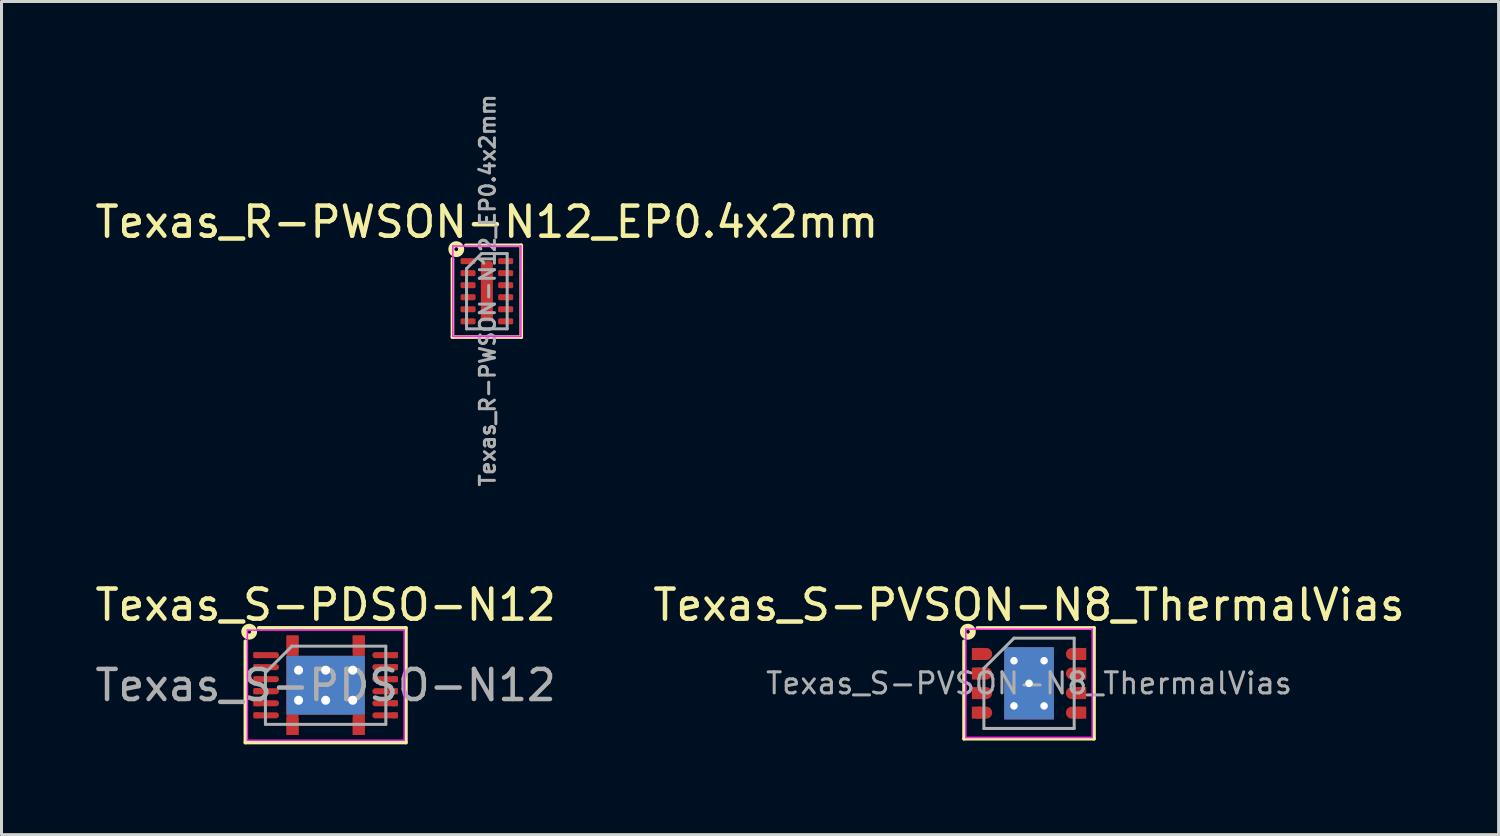
<source format=kicad_pcb>
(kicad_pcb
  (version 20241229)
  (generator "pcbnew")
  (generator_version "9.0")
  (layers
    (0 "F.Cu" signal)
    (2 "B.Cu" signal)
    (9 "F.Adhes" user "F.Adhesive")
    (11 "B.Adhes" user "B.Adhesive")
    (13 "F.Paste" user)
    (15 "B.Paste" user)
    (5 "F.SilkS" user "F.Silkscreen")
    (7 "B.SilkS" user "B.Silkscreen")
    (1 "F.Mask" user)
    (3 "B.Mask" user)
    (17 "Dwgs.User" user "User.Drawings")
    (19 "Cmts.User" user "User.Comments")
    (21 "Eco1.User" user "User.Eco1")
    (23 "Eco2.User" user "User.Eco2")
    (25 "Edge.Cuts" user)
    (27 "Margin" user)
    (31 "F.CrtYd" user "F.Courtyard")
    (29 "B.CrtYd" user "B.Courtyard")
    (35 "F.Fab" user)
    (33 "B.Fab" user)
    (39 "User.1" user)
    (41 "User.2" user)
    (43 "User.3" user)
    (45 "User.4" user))
  (footprint "Texas_S-PVSON-N8_ThermalVias"
    (layer "F.Cu")
    (at 31.138 19.652)
    (property "Reference" "Texas_S-PVSON-N8_ThermalVias" (at 0 -2.603 0) (layer "F.SilkS") (effects (font (size 1 1) (thickness 0.15))))
    (attr smd)
    (fp_line (start -2.159 1.841) (end -2.159 -1.397) (stroke (width 0.12) (type solid)) (layer "F.SilkS"))
    (fp_line (start -1.714 -1.841) (end 2.159 -1.841) (stroke (width 0.12) (type solid)) (layer "F.SilkS"))
    (fp_line (start 2.159 -1.841) (end 2.159 1.841) (stroke (width 0.12) (type solid)) (layer "F.SilkS"))
    (fp_line (start 2.159 1.841) (end -2.159 1.841) (stroke (width 0.12) (type solid)) (layer "F.SilkS"))
    (fp_circle (center -2.032 -1.714) (end -1.968 -1.714) (stroke (width 0.2) (type solid)) (fill no) (layer "F.SilkS"))
    (fp_line (start -2.1 -1.8) (end -2.1 1.8) (stroke (width 0.05) (type solid)) (layer "F.CrtYd"))
    (fp_line (start -2.1 -1.8) (end 2.1 -1.8) (stroke (width 0.05) (type solid)) (layer "F.CrtYd"))
    (fp_line (start -2.1 1.8) (end 2.1 1.8) (stroke (width 0.05) (type solid)) (layer "F.CrtYd"))
    (fp_line (start 2.1 -1.8) (end 2.1 1.8) (stroke (width 0.05) (type solid)) (layer "F.CrtYd"))
    (fp_line (start -1.5 1.5) (end -1.5 -0.5) (stroke (width 0.1) (type solid)) (layer "F.Fab"))
    (fp_line (start -0.5 -1.5) (end -1.5 -0.5) (stroke (width 0.1) (type solid)) (layer "F.Fab"))
    (fp_line (start -0.5 -1.5) (end 1.5 -1.5) (stroke (width 0.1) (type solid)) (layer "F.Fab"))
    (fp_line (start 1.5 -1.5) (end 1.5 1.5) (stroke (width 0.1) (type solid)) (layer "F.Fab"))
    (fp_line (start 1.5 1.5) (end -1.5 1.5) (stroke (width 0.1) (type solid)) (layer "F.Fab"))
    (fp_text user "${REFERENCE}" (at 0 0 0) (layer "F.Fab") (effects (font (size 0.7 0.7) (thickness 0.1))))
    (pad "1" smd rect (at -1.75 -0.975) (size 0.3 0.4) (layers "F.Cu" "F.Mask" "F.Paste"))
    (pad "1" smd oval (at -1.55 -0.975) (size 0.65 0.4) (layers "F.Cu" "F.Mask" "F.Paste"))
    (pad "2" smd rect (at -1.75 -0.325) (size 0.3 0.4) (layers "F.Cu" "F.Mask" "F.Paste"))
    (pad "2" smd oval (at -1.55 -0.325) (size 0.65 0.4) (layers "F.Cu" "F.Mask" "F.Paste"))
    (pad "3" smd rect (at -1.75 0.325) (size 0.3 0.4) (layers "F.Cu" "F.Mask" "F.Paste"))
    (pad "3" smd oval (at -1.55 0.325) (size 0.65 0.4) (layers "F.Cu" "F.Mask" "F.Paste"))
    (pad "4" smd rect (at -1.75 0.975) (size 0.3 0.4) (layers "F.Cu" "F.Mask" "F.Paste"))
    (pad "4" smd oval (at -1.55 0.975) (size 0.65 0.4) (layers "F.Cu" "F.Mask" "F.Paste"))
    (pad "5" smd oval (at 1.55 0.975) (size 0.65 0.4) (layers "F.Cu" "F.Mask" "F.Paste"))
    (pad "5" smd rect (at 1.75 0.975) (size 0.3 0.4) (layers "F.Cu" "F.Mask" "F.Paste"))
    (pad "6" smd oval (at 1.55 0.325) (size 0.65 0.4) (layers "F.Cu" "F.Mask" "F.Paste"))
    (pad "6" smd rect (at 1.75 0.325) (size 0.3 0.4) (layers "F.Cu" "F.Mask" "F.Paste"))
    (pad "7" smd oval (at 1.55 -0.325) (size 0.65 0.4) (layers "F.Cu" "F.Mask" "F.Paste"))
    (pad "7" smd rect (at 1.75 -0.325) (size 0.3 0.4) (layers "F.Cu" "F.Mask" "F.Paste"))
    (pad "8" smd oval (at 1.55 -0.975) (size 0.65 0.4) (layers "F.Cu" "F.Mask" "F.Paste"))
    (pad "8" smd rect (at 1.75 -0.975) (size 0.3 0.4) (layers "F.Cu" "F.Mask" "F.Paste"))
    (pad "9" thru_hole circle (at -0.5 -0.75) (size 0.6 0.6) (drill 0.25) (layers "*.Cu"))
    (pad "9" thru_hole circle (at -0.5 0.75) (size 0.6 0.6) (drill 0.25) (layers "*.Cu"))
    (pad "9" smd rect (at -0.45 -0.625) (size 0.65 1) (layers "F.Cu" "F.Mask" "F.Paste"))
    (pad "9" smd rect (at -0.45 0.625) (size 0.65 1) (layers "F.Cu" "F.Mask" "F.Paste"))
    (pad "9" thru_hole circle (at 0 0) (size 0.6 0.6) (drill 0.25) (layers "*.Cu"))
    (pad "9" smd rect (at 0 0) (size 1.65 2.4) (layers "F.Cu" "F.Mask"))
    (pad "9" smd rect (at 0 0) (size 1.65 2.4) (layers "B.Cu" "B.Mask"))
    (pad "9" smd rect (at 0.45 -0.625) (size 0.65 1) (layers "F.Cu" "F.Mask" "F.Paste"))
    (pad "9" smd rect (at 0.45 0.625) (size 0.65 1) (layers "F.Cu" "F.Mask" "F.Paste"))
    (pad "9" thru_hole circle (at 0.5 -0.75) (size 0.6 0.6) (drill 0.25) (layers "*.Cu"))
    (pad "9" thru_hole circle (at 0.5 0.75) (size 0.6 0.6) (drill 0.25) (layers "*.Cu")))
  (footprint "Texas_R-PWSON-N12_EP0.4x2mm"
    (layer "F.Cu")
    (at 13.125 6.625)
    (property "Reference" "Texas_R-PWSON-N12_EP0.4x2mm" (at 0 -2.3 0) (layer "F.SilkS") (effects (font (size 1 1) (thickness 0.15))))
    (attr smd)
    (fp_line (start -1.143 1.524) (end -1.143 -1.079) (stroke (width 0.12) (type solid)) (layer "F.SilkS"))
    (fp_line (start -0.699 -1.524) (end 1.143 -1.524) (stroke (width 0.12) (type solid)) (layer "F.SilkS"))
    (fp_line (start 1.143 -1.524) (end 1.143 1.524) (stroke (width 0.12) (type solid)) (layer "F.SilkS"))
    (fp_line (start 1.143 1.524) (end -1.143 1.524) (stroke (width 0.12) (type solid)) (layer "F.SilkS"))
    (fp_circle (center -1.016 -1.397) (end -0.953 -1.397) (stroke (width 0.2) (type solid)) (fill no) (layer "F.SilkS"))
    (fp_line (start -1.13 -1.5) (end -1.13 1.5) (stroke (width 0.05) (type solid)) (layer "F.CrtYd"))
    (fp_line (start -1.13 -1.5) (end 1.13 -1.5) (stroke (width 0.05) (type solid)) (layer "F.CrtYd"))
    (fp_line (start -1.13 1.5) (end 1.13 1.5) (stroke (width 0.05) (type solid)) (layer "F.CrtYd"))
    (fp_line (start 1.13 -1.5) (end 1.13 1.5) (stroke (width 0.05) (type solid)) (layer "F.CrtYd"))
    (fp_line (start -0.675 -0.75) (end -0.675 1.25) (stroke (width 0.1) (type solid)) (layer "F.Fab"))
    (fp_line (start -0.675 1.25) (end 0.675 1.25) (stroke (width 0.1) (type solid)) (layer "F.Fab"))
    (fp_line (start -0.175 -1.25) (end -0.675 -0.75) (stroke (width 0.1) (type solid)) (layer "F.Fab"))
    (fp_line (start -0.175 -1.25) (end 0.675 -1.25) (stroke (width 0.1) (type solid)) (layer "F.Fab"))
    (fp_line (start 0.675 -1.25) (end 0.675 1.25) (stroke (width 0.1) (type solid)) (layer "F.Fab"))
    (fp_text user "${REFERENCE}" (at 0.025 -0.025 90) (layer "F.Fab") (effects (font (size 0.5 0.5) (thickness 0.1))))
    (pad "" smd roundrect (at 0 -0.68) (size 0.3 0.55) (layers "F.Paste") (roundrect_rratio 0.25))
    (pad "" smd roundrect (at 0 0) (size 0.3 0.55) (layers "F.Paste") (roundrect_rratio 0.25))
    (pad "" smd roundrect (at 0 0.68) (size 0.3 0.55) (layers "F.Paste") (roundrect_rratio 0.25))
    (pad "1" smd roundrect (at -0.625 -1 90) (size 0.2 0.5) (layers "F.Cu" "F.Mask" "F.Paste") (roundrect_rratio 0.25))
    (pad "2" smd roundrect (at -0.625 -0.6 90) (size 0.2 0.5) (layers "F.Cu" "F.Mask" "F.Paste") (roundrect_rratio 0.25))
    (pad "3" smd roundrect (at -0.625 -0.2 90) (size 0.2 0.5) (layers "F.Cu" "F.Mask" "F.Paste") (roundrect_rratio 0.25))
    (pad "4" smd roundrect (at -0.625 0.2 90) (size 0.2 0.5) (layers "F.Cu" "F.Mask" "F.Paste") (roundrect_rratio 0.25))
    (pad "5" smd roundrect (at -0.625 0.6 90) (size 0.2 0.5) (layers "F.Cu" "F.Mask" "F.Paste") (roundrect_rratio 0.25))
    (pad "6" smd roundrect (at -0.625 1 90) (size 0.2 0.5) (layers "F.Cu" "F.Mask" "F.Paste") (roundrect_rratio 0.25))
    (pad "7" smd roundrect (at 0.625 1 90) (size 0.2 0.5) (layers "F.Cu" "F.Mask" "F.Paste") (roundrect_rratio 0.25))
    (pad "8" smd roundrect (at 0.625 0.6 90) (size 0.2 0.5) (layers "F.Cu" "F.Mask" "F.Paste") (roundrect_rratio 0.25))
    (pad "9" smd roundrect (at 0.625 0.2 90) (size 0.2 0.5) (layers "F.Cu" "F.Mask" "F.Paste") (roundrect_rratio 0.25))
    (pad "10" smd roundrect (at 0.625 -0.2 90) (size 0.2 0.5) (layers "F.Cu" "F.Mask" "F.Paste") (roundrect_rratio 0.25))
    (pad "11" smd roundrect (at 0.625 -0.6 90) (size 0.2 0.5) (layers "F.Cu" "F.Mask" "F.Paste") (roundrect_rratio 0.25))
    (pad "12" smd roundrect (at 0.625 -1 90) (size 0.2 0.5) (layers "F.Cu" "F.Mask" "F.Paste") (roundrect_rratio 0.25))
    (pad "13" smd roundrect (at 0 0) (size 0.4 2) (layers "F.Cu" "F.Mask") (roundrect_rratio 0.25)))
  (footprint "Texas_S-PDSO-N12"
    (layer "F.Cu")
    (at 7.769 19.715)
    (property "Reference" "Texas_S-PDSO-N12" (at 0 -2.667 0) (layer "F.SilkS") (effects (font (size 1 1) (thickness 0.15))))
    (attr smd)
    (fp_line (start -2.667 1.905) (end -2.667 -1.46) (stroke (width 0.12) (type solid)) (layer "F.SilkS"))
    (fp_line (start -2.223 -1.905) (end 2.667 -1.905) (stroke (width 0.12) (type solid)) (layer "F.SilkS"))
    (fp_line (start 2.667 -1.905) (end 2.667 1.905) (stroke (width 0.12) (type solid)) (layer "F.SilkS"))
    (fp_line (start 2.667 1.905) (end -2.667 1.905) (stroke (width 0.12) (type solid)) (layer "F.SilkS"))
    (fp_circle (center -2.54 -1.778) (end -2.477 -1.778) (stroke (width 0.2) (type solid)) (fill no) (layer "F.SilkS"))
    (fp_line (start -2.6 -1.83) (end 2.61 -1.83) (stroke (width 0.05) (type solid)) (layer "F.CrtYd"))
    (fp_line (start -2.6 1.83) (end -2.6 -1.83) (stroke (width 0.05) (type solid)) (layer "F.CrtYd"))
    (fp_line (start -2.6 1.83) (end 2.61 1.83) (stroke (width 0.05) (type solid)) (layer "F.CrtYd"))
    (fp_line (start 2.61 1.82) (end 2.61 -1.83) (stroke (width 0.05) (type solid)) (layer "F.CrtYd"))
    (fp_line (start -2.001 -0.417) (end -2 1.3) (stroke (width 0.1) (type solid)) (layer "F.Fab"))
    (fp_line (start -2.001 -0.417) (end -1.121 -1.297) (stroke (width 0.1) (type solid)) (layer "F.Fab"))
    (fp_line (start -2 1.3) (end 2 1.3) (stroke (width 0.1) (type solid)) (layer "F.Fab"))
    (fp_line (start -1.121 -1.297) (end 1.999 -1.297) (stroke (width 0.1) (type solid)) (layer "F.Fab"))
    (fp_line (start 2 1.3) (end 1.999 -1.297) (stroke (width 0.1) (type solid)) (layer "F.Fab"))
    (fp_text user "${REFERENCE}" (at -0.001 0.003 0) (layer "F.Fab") (effects (font (size 1 1) (thickness 0.15))))
    (pad "1" smd rect (at -2.3 -1) (size 0.2 0.2) (layers "F.Cu" "F.Mask" "F.Paste"))
    (pad "1" smd oval (at -1.975 -1) (size 0.85 0.2) (layers "F.Cu" "F.Mask" "F.Paste"))
    (pad "2" smd rect (at -2.3 -0.6) (size 0.2 0.2) (layers "F.Cu" "F.Mask" "F.Paste"))
    (pad "2" smd oval (at -1.975 -0.6) (size 0.85 0.2) (layers "F.Cu" "F.Mask" "F.Paste"))
    (pad "3" smd rect (at -2.3 -0.2) (size 0.2 0.2) (layers "F.Cu" "F.Mask" "F.Paste"))
    (pad "3" smd oval (at -1.975 -0.2) (size 0.85 0.2) (layers "F.Cu" "F.Mask" "F.Paste"))
    (pad "4" smd rect (at -2.3 0.2) (size 0.2 0.2) (layers "F.Cu" "F.Mask" "F.Paste"))
    (pad "4" smd oval (at -1.975 0.2) (size 0.85 0.2) (layers "F.Cu" "F.Mask" "F.Paste"))
    (pad "5" smd rect (at -2.3 0.6) (size 0.2 0.2) (layers "F.Cu" "F.Mask" "F.Paste"))
    (pad "5" smd oval (at -1.975 0.6) (size 0.85 0.2) (layers "F.Cu" "F.Mask" "F.Paste"))
    (pad "6" smd rect (at -2.3 1) (size 0.2 0.2) (layers "F.Cu" "F.Mask" "F.Paste"))
    (pad "6" smd oval (at -1.975 1) (size 0.85 0.2) (layers "F.Cu" "F.Mask" "F.Paste"))
    (pad "7" smd oval (at 1.975 1) (size 0.85 0.2) (layers "F.Cu" "F.Mask" "F.Paste"))
    (pad "7" smd rect (at 2.3 1) (size 0.2 0.2) (layers "F.Cu" "F.Mask" "F.Paste"))
    (pad "8" smd oval (at 1.975 0.6) (size 0.85 0.2) (layers "F.Cu" "F.Mask" "F.Paste"))
    (pad "8" smd rect (at 2.3 0.6) (size 0.2 0.2) (layers "F.Cu" "F.Mask" "F.Paste"))
    (pad "9" smd oval (at 1.975 0.2) (size 0.85 0.2) (layers "F.Cu" "F.Mask" "F.Paste"))
    (pad "9" smd rect (at 2.3 0.2) (size 0.2 0.2) (layers "F.Cu" "F.Mask" "F.Paste"))
    (pad "10" smd oval (at 1.975 -0.2) (size 0.85 0.2) (layers "F.Cu" "F.Mask" "F.Paste"))
    (pad "10" smd rect (at 2.3 -0.2) (size 0.2 0.2) (layers "F.Cu" "F.Mask" "F.Paste"))
    (pad "11" smd oval (at 1.975 -0.6) (size 0.85 0.2) (layers "F.Cu" "F.Mask" "F.Paste"))
    (pad "11" smd rect (at 2.3 -0.6) (size 0.2 0.2) (layers "F.Cu" "F.Mask" "F.Paste"))
    (pad "12" smd oval (at 1.975 -1) (size 0.85 0.2) (layers "F.Cu" "F.Mask" "F.Paste"))
    (pad "12" smd rect (at 2.3 -1) (size 0.2 0.2) (layers "F.Cu" "F.Mask" "F.Paste"))
    (pad "13" smd rect (at -1.1 -1.365 270) (size 0.575 0.4) (layers "F.Cu" "F.Mask" "F.Paste"))
    (pad "13" smd rect (at -1.1 -1.312 270) (size 0.675 0.4) (layers "F.Cu" "F.Mask"))
    (pad "13" smd rect (at -1.1 1.312 270) (size 0.675 0.4) (layers "F.Cu" "F.Mask"))
    (pad "13" smd rect (at -1.1 1.365 270) (size 0.575 0.4) (layers "F.Cu" "F.Mask" "F.Paste"))
    (pad "13" thru_hole circle (at -0.9 -0.5) (size 0.6 0.6) (drill 0.3) (layers "*.Cu"))
    (pad "13" thru_hole circle (at -0.9 0.5) (size 0.6 0.6) (drill 0.3) (layers "*.Cu"))
    (pad "13" smd rect (at -0.65 -0.487 90) (size 0.975 1.3) (layers "F.Cu" "F.Paste"))
    (pad "13" smd rect (at -0.65 0.487 90) (size 0.975 1.3) (layers "F.Cu" "F.Paste"))
    (pad "13" thru_hole circle (at 0 -0.5) (size 0.6 0.6) (drill 0.3) (layers "*.Cu"))
    (pad "13" smd rect (at 0 0 270) (size 1.95 2.6) (layers "F.Cu" "F.Mask"))
    (pad "13" smd rect (at 0 0 270) (size 1.95 2.6) (layers "B.Cu" "B.Mask"))
    (pad "13" thru_hole circle (at 0 0.5) (size 0.6 0.6) (drill 0.3) (layers "*.Cu"))
    (pad "13" smd rect (at 0.65 -0.487 90) (size 0.975 1.3) (layers "F.Cu" "F.Paste"))
    (pad "13" smd rect (at 0.65 0.487 90) (size 0.975 1.3) (layers "F.Cu" "F.Paste"))
    (pad "13" thru_hole circle (at 0.9 -0.5) (size 0.6 0.6) (drill 0.3) (layers "*.Cu"))
    (pad "13" thru_hole circle (at 0.9 0.5) (size 0.6 0.6) (drill 0.3) (layers "*.Cu"))
    (pad "13" smd rect (at 1.1 -1.365 270) (size 0.575 0.4) (layers "F.Cu" "F.Mask" "F.Paste"))
    (pad "13" smd rect (at 1.1 -1.312 270) (size 0.675 0.4) (layers "F.Cu" "F.Mask"))
    (pad "13" smd rect (at 1.1 1.312 270) (size 0.675 0.4) (layers "F.Cu" "F.Mask"))
    (pad "13" smd rect (at 1.1 1.365 270) (size 0.575 0.4) (layers "F.Cu" "F.Mask" "F.Paste")))
  (gr_rect
    (start -3 -3)
    (end 46.739 24.68)
    (stroke (width 0.1) (type default))
    (fill no)
    (layer "Edge.Cuts")))
</source>
